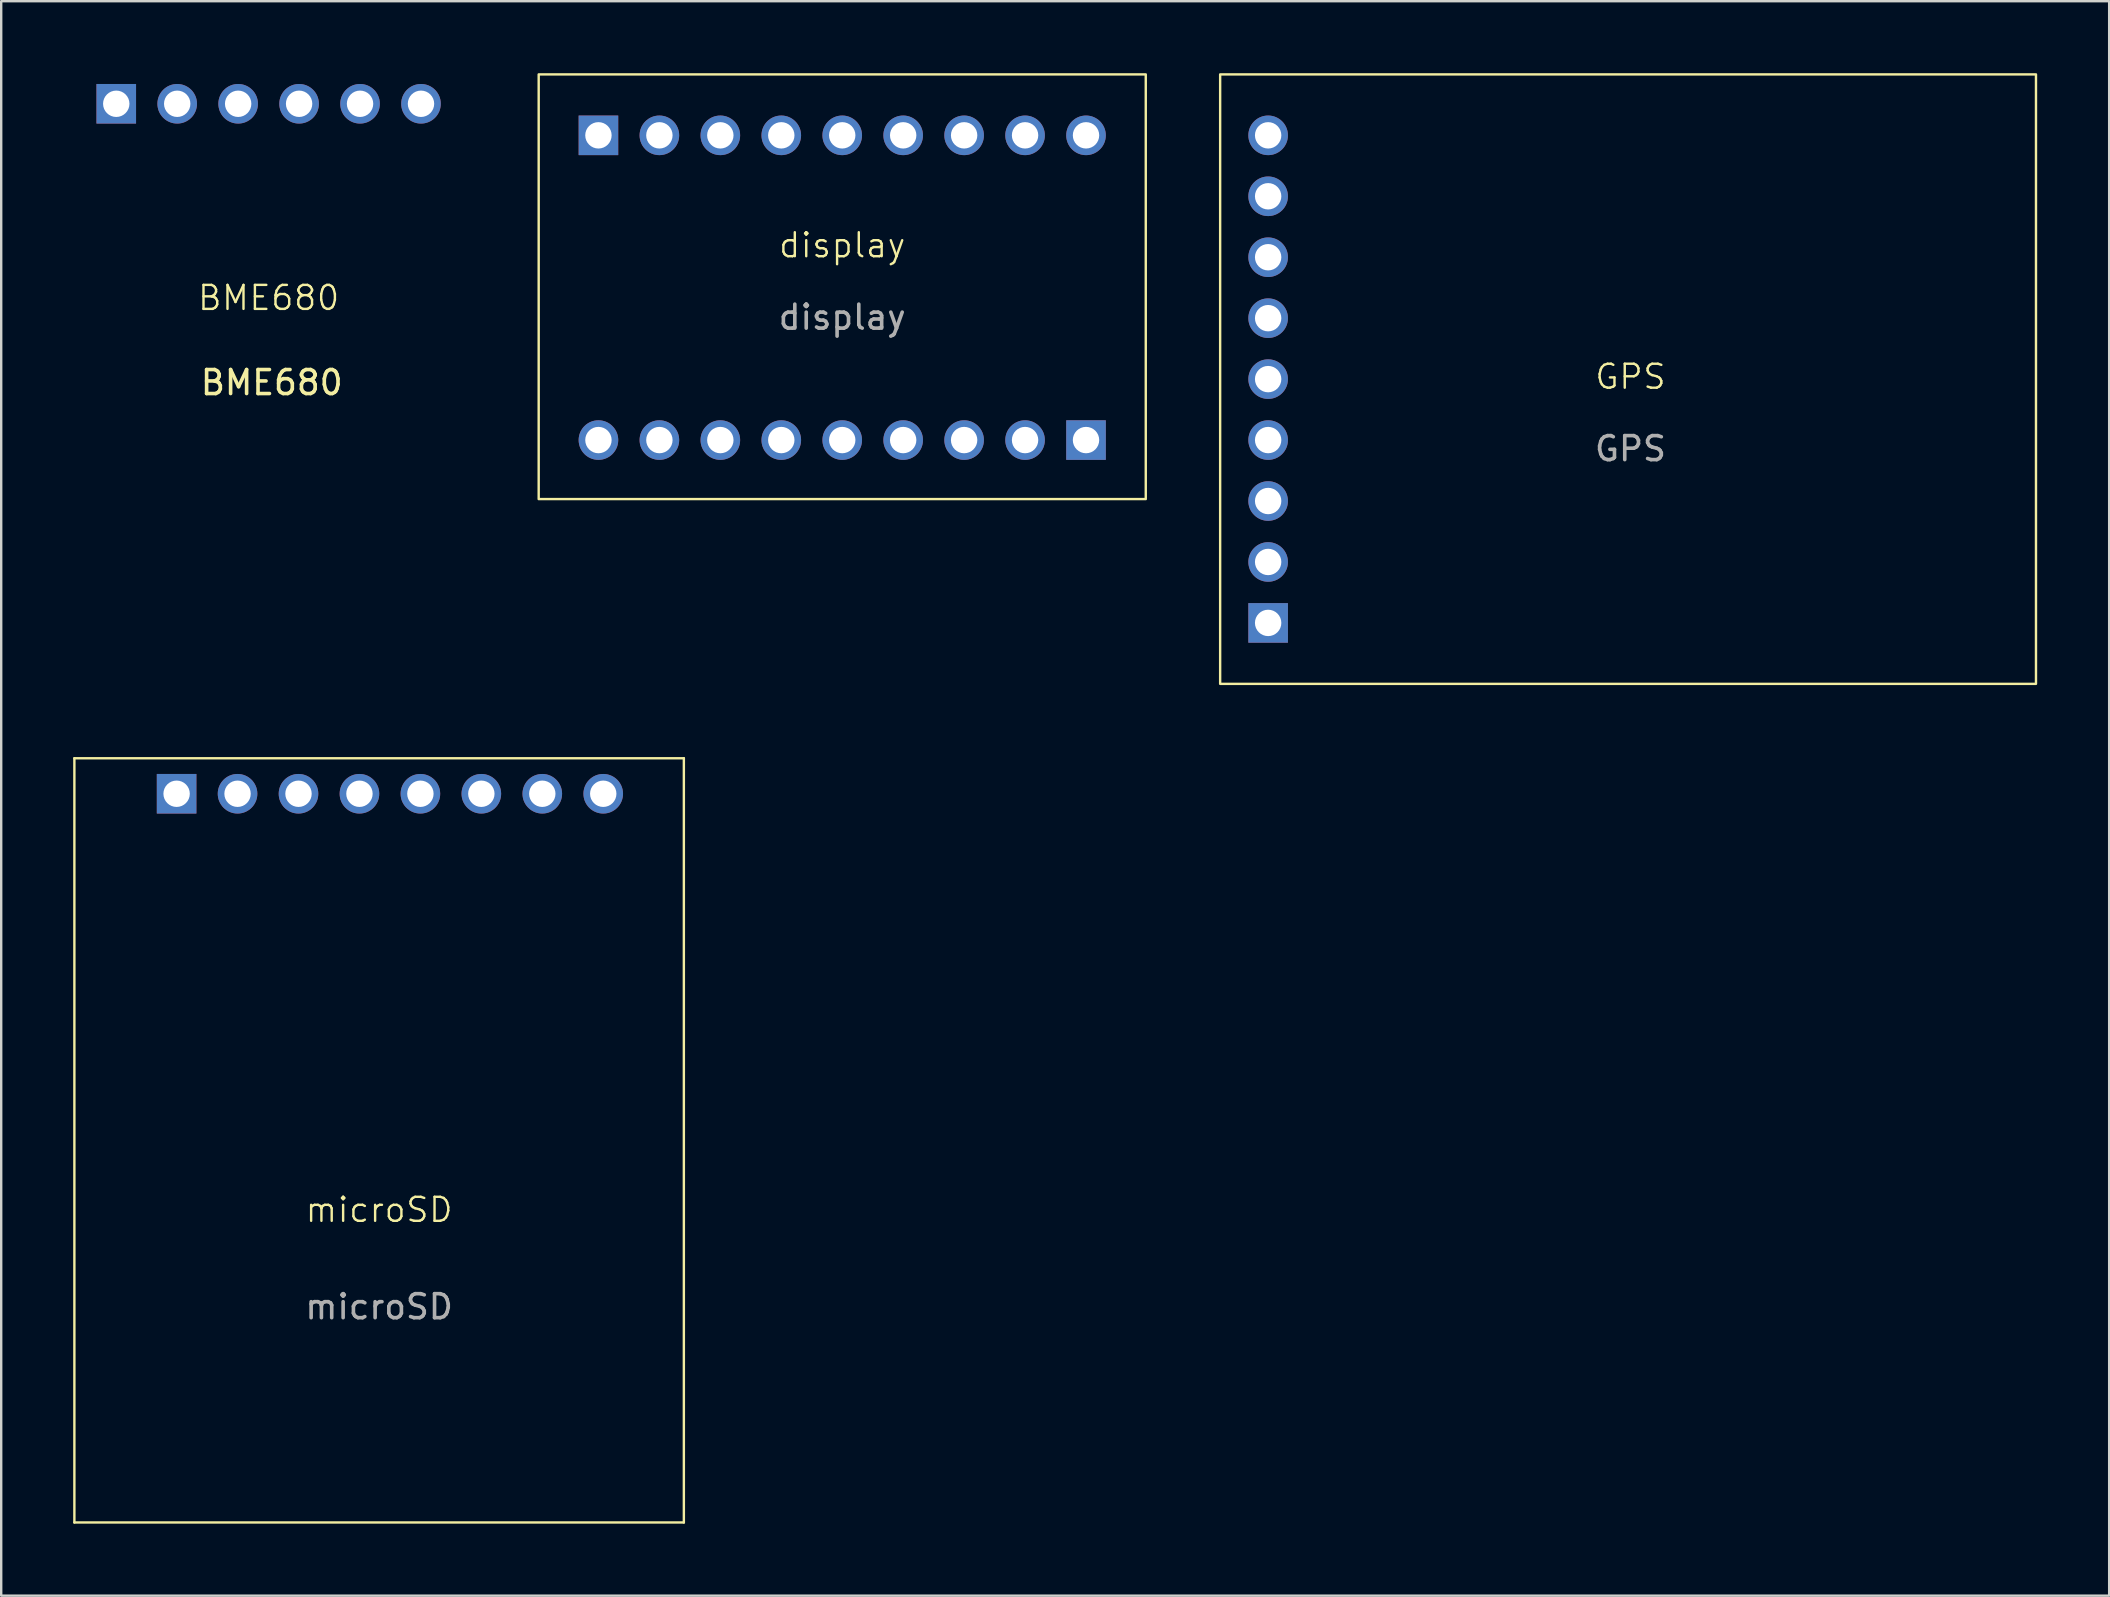
<source format=kicad_pcb>
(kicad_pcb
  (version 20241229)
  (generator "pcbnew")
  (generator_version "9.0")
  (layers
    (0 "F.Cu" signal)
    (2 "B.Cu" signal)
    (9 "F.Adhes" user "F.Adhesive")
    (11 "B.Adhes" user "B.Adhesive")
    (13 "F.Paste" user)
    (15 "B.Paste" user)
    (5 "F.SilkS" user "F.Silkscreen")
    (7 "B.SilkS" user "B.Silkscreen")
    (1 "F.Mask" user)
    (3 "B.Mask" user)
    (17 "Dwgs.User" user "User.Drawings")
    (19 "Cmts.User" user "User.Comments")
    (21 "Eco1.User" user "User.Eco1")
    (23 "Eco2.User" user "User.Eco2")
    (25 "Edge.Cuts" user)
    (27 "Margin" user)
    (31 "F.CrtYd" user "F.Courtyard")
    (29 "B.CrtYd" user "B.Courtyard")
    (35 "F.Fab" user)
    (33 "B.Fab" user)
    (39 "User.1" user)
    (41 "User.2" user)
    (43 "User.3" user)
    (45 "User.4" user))
  (footprint "GPS"
    (layer "F.Cu")
    (at 64.8 12.75)
    (property "Reference" "GPS" (at 0.1 -0.1 0) (unlocked yes) (layer "F.SilkS") (effects (font (size 1 1) (thickness 0.1))))
    (attr through_hole)
    (fp_rect (start -17 -12.7) (end 17 12.7) (stroke (width 0.1) (type default)) (fill no) (layer "F.SilkS"))
    (fp_text user "${REFERENCE}" (at 0.1 2.9 0) (unlocked yes) (layer "F.Fab") (effects (font (size 1 1) (thickness 0.15))))
    (pad "1" thru_hole rect (at -15 10.16 90) (size 1.65 1.65) (drill 1.1) (layers "*.Cu" "*.Mask"))
    (pad "2" thru_hole circle (at -15 7.62 90) (size 1.65 1.65) (drill 1.1) (layers "*.Cu" "*.Mask"))
    (pad "3" thru_hole circle (at -15 5.08 90) (size 1.65 1.65) (drill 1.1) (layers "*.Cu" "*.Mask"))
    (pad "4" thru_hole circle (at -15 2.54 90) (size 1.65 1.65) (drill 1.1) (layers "*.Cu" "*.Mask"))
    (pad "5" thru_hole circle (at -15 0 90) (size 1.65 1.65) (drill 1.1) (layers "*.Cu" "*.Mask"))
    (pad "6" thru_hole circle (at -15 -2.54 90) (size 1.65 1.65) (drill 1.1) (layers "*.Cu" "*.Mask"))
    (pad "7" thru_hole circle (at -15 -5.08 90) (size 1.65 1.65) (drill 1.1) (layers "*.Cu" "*.Mask"))
    (pad "8" thru_hole circle (at -15 -7.62 90) (size 1.65 1.65) (drill 1.1) (layers "*.Cu" "*.Mask"))
    (pad "9" thru_hole circle (at -15 -10.16 90) (size 1.65 1.65) (drill 1.1) (layers "*.Cu" "*.Mask")))
  (footprint "display"
    (layer "F.Cu")
    (at 32.05 7.67)
    (property "Reference" "display" (at 0 -0.5 0) (unlocked yes) (layer "F.SilkS") (effects (font (size 1 1) (thickness 0.1))))
    (attr smd)
    (fp_rect (start 12.65 10.08) (end -12.65 -7.62) (stroke (width 0.1) (type default)) (fill no) (layer "F.SilkS"))
    (fp_text user "${REFERENCE}" (at 0 2.5 0) (unlocked yes) (layer "F.Fab") (effects (font (size 1 1) (thickness 0.15))))
    (pad "1" thru_hole rect (at -10.16 -5.08) (size 1.65 1.65) (drill 1.1) (layers "*.Cu" "*.Mask"))
    (pad "2" thru_hole circle (at -7.62 -5.08) (size 1.65 1.65) (drill 1.1) (layers "*.Cu" "*.Mask"))
    (pad "3" thru_hole circle (at -5.08 -5.08) (size 1.65 1.65) (drill 1.1) (layers "*.Cu" "*.Mask"))
    (pad "4" thru_hole circle (at -2.54 -5.08) (size 1.65 1.65) (drill 1.1) (layers "*.Cu" "*.Mask"))
    (pad "5" thru_hole circle (at 0 -5.08) (size 1.65 1.65) (drill 1.1) (layers "*.Cu" "*.Mask"))
    (pad "6" thru_hole circle (at 2.54 -5.08) (size 1.65 1.65) (drill 1.1) (layers "*.Cu" "*.Mask"))
    (pad "7" thru_hole circle (at 5.08 -5.08) (size 1.65 1.65) (drill 1.1) (layers "*.Cu" "*.Mask"))
    (pad "8" thru_hole circle (at 7.62 -5.08) (size 1.65 1.65) (drill 1.1) (layers "*.Cu" "*.Mask"))
    (pad "9" thru_hole circle (at 10.16 -5.08) (size 1.65 1.65) (drill 1.1) (layers "*.Cu" "*.Mask"))
    (pad "10" thru_hole rect (at 10.16 7.62 180) (size 1.65 1.65) (drill 1.1) (layers "*.Cu" "*.Mask"))
    (pad "11" thru_hole circle (at 7.62 7.62 180) (size 1.65 1.65) (drill 1.1) (layers "*.Cu" "*.Mask"))
    (pad "12" thru_hole circle (at 5.08 7.62 180) (size 1.65 1.65) (drill 1.1) (layers "*.Cu" "*.Mask"))
    (pad "13" thru_hole circle (at 2.54 7.62 180) (size 1.65 1.65) (drill 1.1) (layers "*.Cu" "*.Mask"))
    (pad "14" thru_hole circle (at 0 7.62 180) (size 1.65 1.65) (drill 1.1) (layers "*.Cu" "*.Mask"))
    (pad "15" thru_hole circle (at -2.54 7.62 180) (size 1.65 1.65) (drill 1.1) (layers "*.Cu" "*.Mask"))
    (pad "16" thru_hole circle (at -5.08 7.62 180) (size 1.65 1.65) (drill 1.1) (layers "*.Cu" "*.Mask"))
    (pad "17" thru_hole circle (at -7.62 7.62 180) (size 1.65 1.65) (drill 1.1) (layers "*.Cu" "*.Mask"))
    (pad "18" thru_hole circle (at -10.16 7.62 180) (size 1.65 1.65) (drill 1.1) (layers "*.Cu" "*.Mask")))
  (footprint "microSD"
    (layer "F.Cu")
    (at 12.75 46.33)
    (property "Reference" "microSD" (at 0 1.04 0) (unlocked yes) (layer "F.SilkS") (effects (font (size 1 1) (thickness 0.1))))
    (attr through_hole)
    (fp_line (start -12.7 -17.78) (end 12.7 -17.78) (stroke (width 0.1) (type default)) (layer "F.SilkS"))
    (fp_line (start -12.7 14.07) (end -12.7 -17.78) (stroke (width 0.1) (type default)) (layer "F.SilkS"))
    (fp_line (start 12.7 -17.78) (end 12.7 14.07) (stroke (width 0.1) (type default)) (layer "F.SilkS"))
    (fp_line (start 12.7 14.07) (end -12.7 14.07) (stroke (width 0.1) (type default)) (layer "F.SilkS"))
    (fp_text user "${REFERENCE}" (at 0 5.08 0) (unlocked yes) (layer "F.Fab") (effects (font (size 1 1) (thickness 0.15))))
    (pad "1" thru_hole rect (at -8.44 -16.3) (size 1.65 1.65) (drill 1.1) (layers "*.Cu" "*.Mask"))
    (pad "2" thru_hole circle (at -5.9 -16.3) (size 1.65 1.65) (drill 1.1) (layers "*.Cu" "*.Mask"))
    (pad "3" thru_hole circle (at -3.36 -16.3) (size 1.65 1.65) (drill 1.1) (layers "*.Cu" "*.Mask"))
    (pad "4" thru_hole circle (at -0.82 -16.3) (size 1.65 1.65) (drill 1.1) (layers "*.Cu" "*.Mask"))
    (pad "5" thru_hole circle (at 1.72 -16.3) (size 1.65 1.65) (drill 1.1) (layers "*.Cu" "*.Mask"))
    (pad "6" thru_hole circle (at 4.26 -16.3) (size 1.65 1.65) (drill 1.1) (layers "*.Cu" "*.Mask"))
    (pad "7" thru_hole circle (at 6.8 -16.3) (size 1.65 1.65) (drill 1.1) (layers "*.Cu" "*.Mask"))
    (pad "8" thru_hole circle (at 9.34 -16.3) (size 1.65 1.65) (drill 1.1) (layers "*.Cu" "*.Mask")))
  (footprint "BME680"
    (layer "F.Cu")
    (at 8.175 9.375)
    (property "Reference" "BME680" (at -0.03 -0.01 0) (unlocked yes) (layer "F.SilkS") (effects (font (size 1 1) (thickness 0.1))))
    (attr through_hole)
    (fp_line (start -8.15 -9.35) (end 8.15 -9.35) (stroke (width 0.05) (type default)) (layer "User.1"))
    (fp_line (start -8.15 9.35) (end -8.15 -9.35) (stroke (width 0.05) (type default)) (layer "User.1"))
    (fp_line (start 8.15 -9.35) (end 8.15 9.35) (stroke (width 0.05) (type default)) (layer "User.1"))
    (fp_line (start 8.15 9.35) (end -8.15 9.35) (stroke (width 0.05) (type default)) (layer "User.1"))
    (fp_text user "${REFERENCE}" (at 0.1 3.52 0) (unlocked yes) (layer "F.SilkS") (effects (font (size 1 1) (thickness 0.15))))
    (pad "1" thru_hole rect (at -6.38 -8.1) (size 1.65 1.65) (drill 1.1) (layers "*.Cu" "*.Mask"))
    (pad "2" thru_hole circle (at -3.84 -8.1) (size 1.65 1.65) (drill 1.1) (layers "*.Cu" "*.Mask"))
    (pad "3" thru_hole circle (at -1.3 -8.1) (size 1.65 1.65) (drill 1.1) (layers "*.Cu" "*.Mask"))
    (pad "4" thru_hole circle (at 1.24 -8.1) (size 1.65 1.65) (drill 1.1) (layers "*.Cu" "*.Mask"))
    (pad "5" thru_hole circle (at 3.78 -8.1) (size 1.65 1.65) (drill 1.1) (layers "*.Cu" "*.Mask"))
    (pad "6" thru_hole circle (at 6.32 -8.1) (size 1.65 1.65) (drill 1.1) (layers "*.Cu" "*.Mask")))
  (gr_rect
    (start -3 -3)
    (end 84.85 63.45)
    (stroke (width 0.1) (type default))
    (fill no)
    (layer "Edge.Cuts")))
</source>
